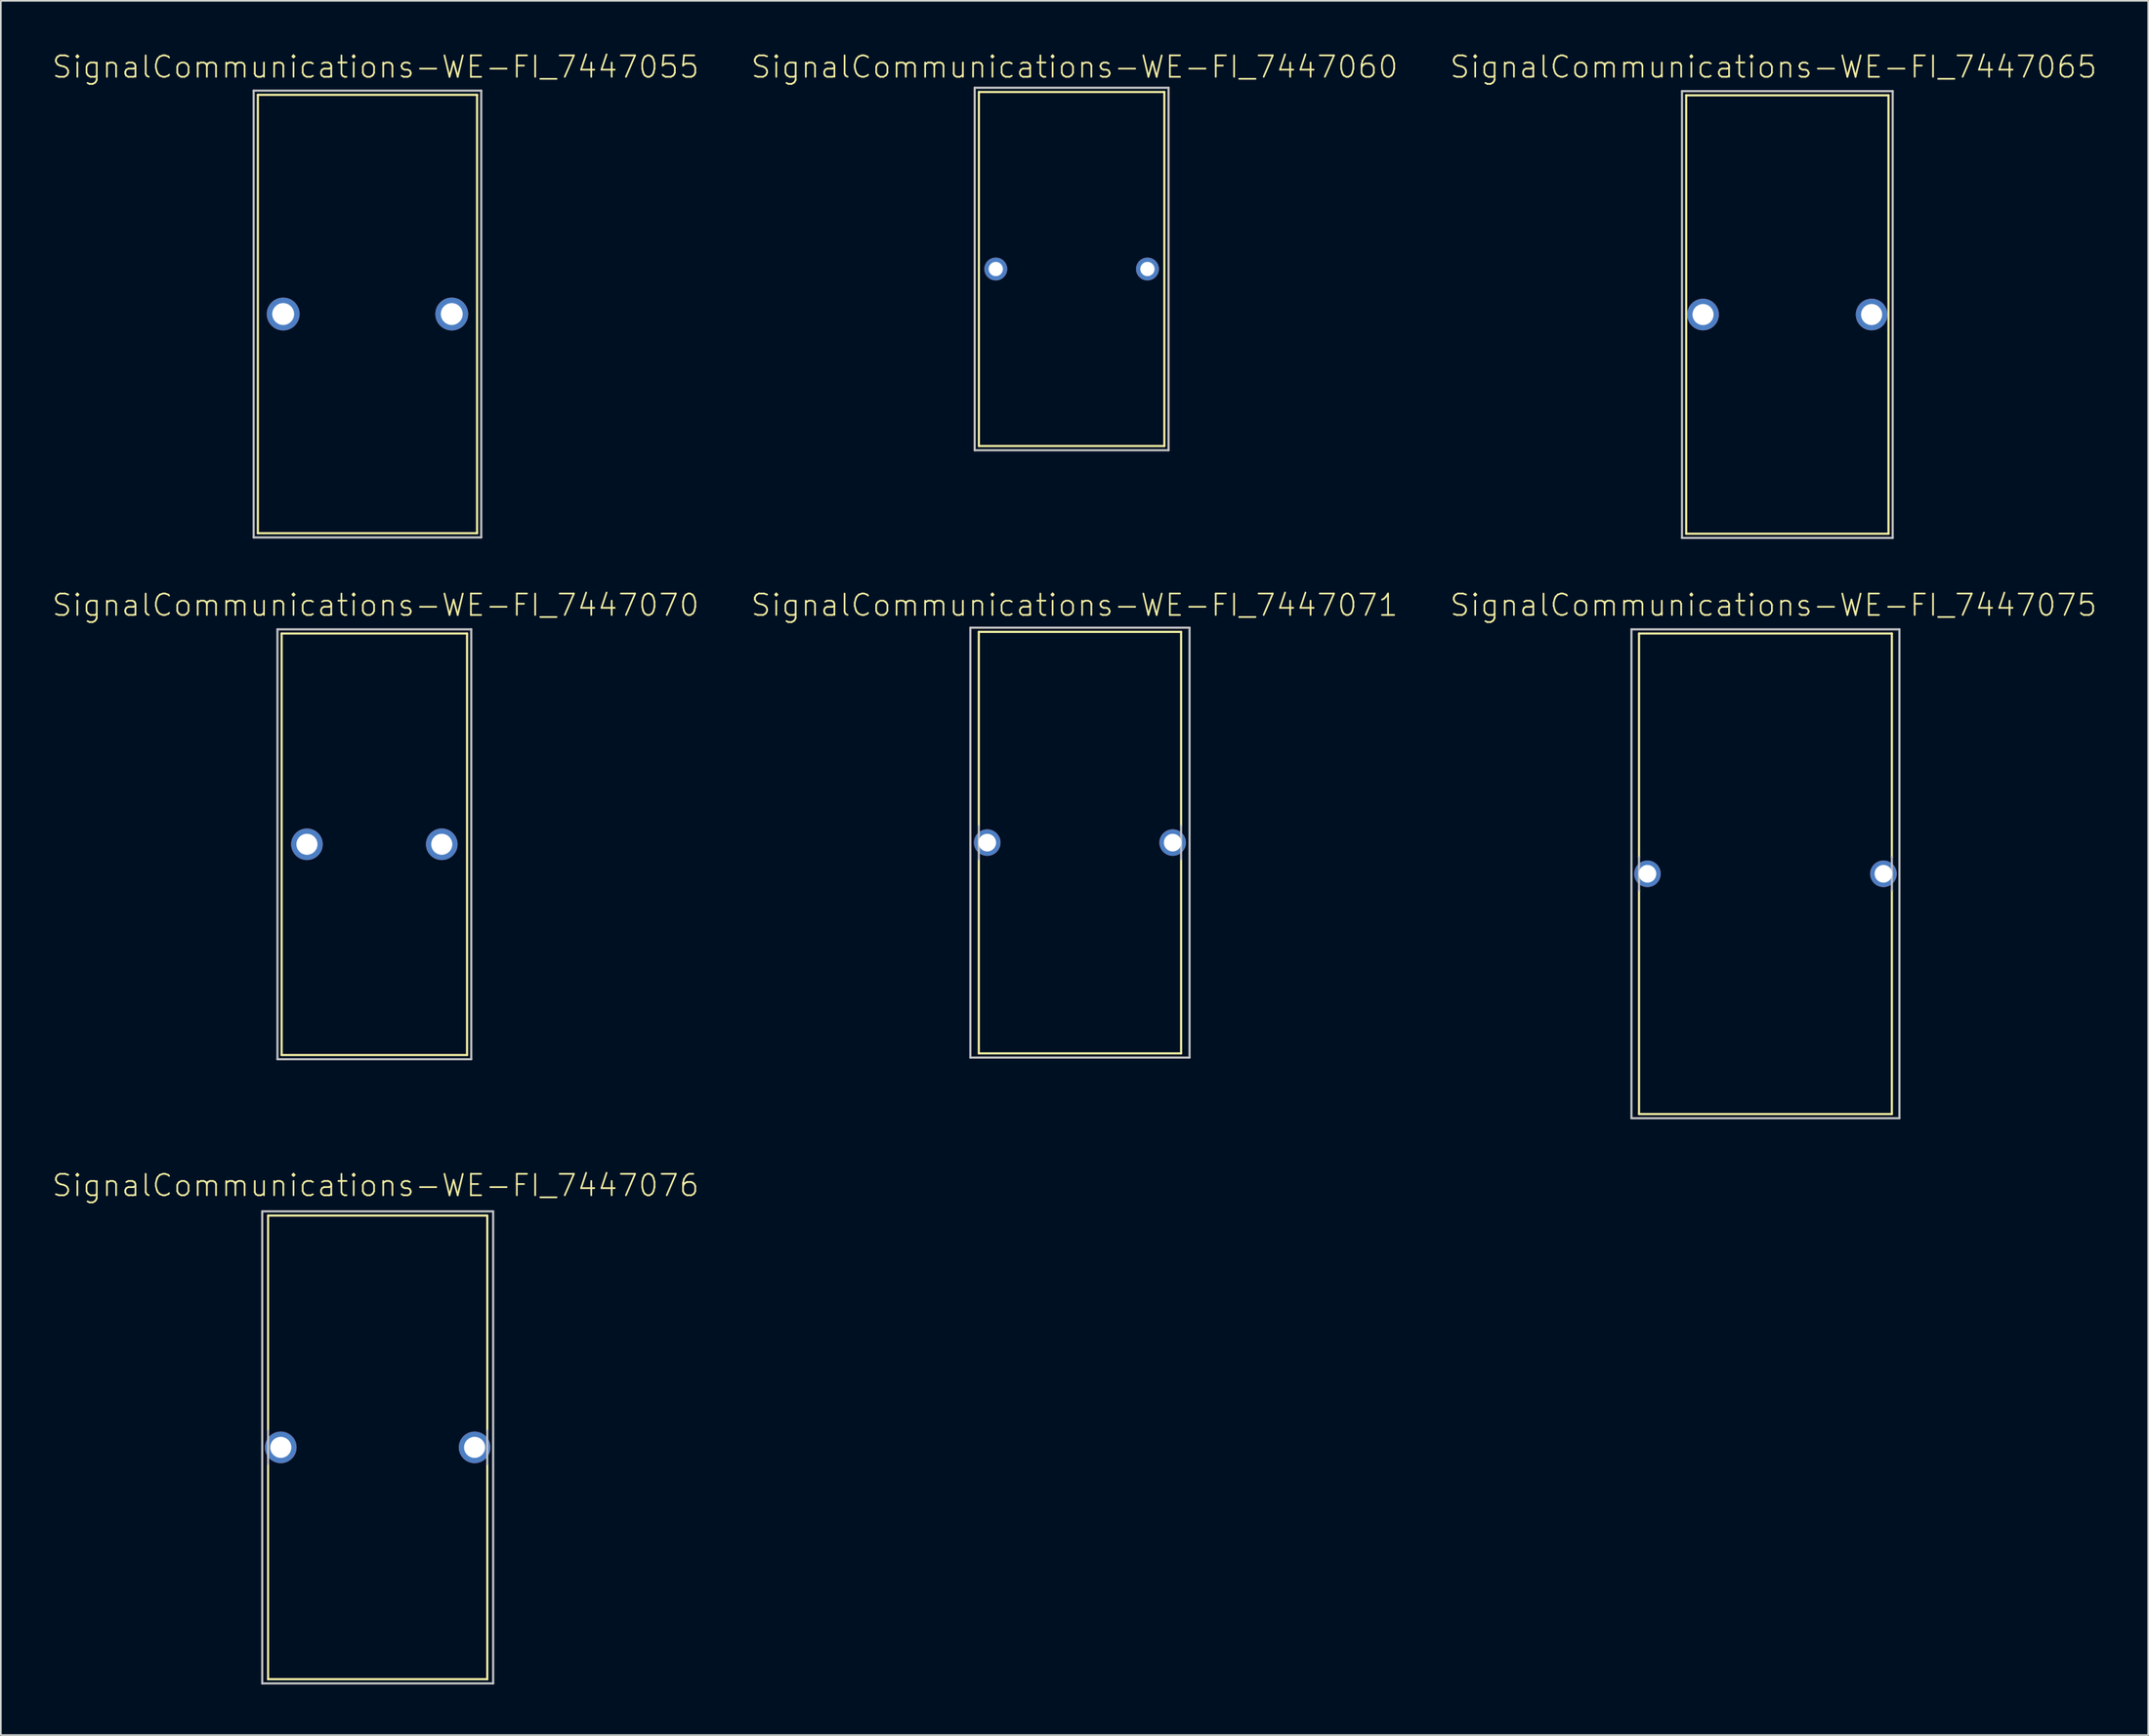
<source format=kicad_pcb>
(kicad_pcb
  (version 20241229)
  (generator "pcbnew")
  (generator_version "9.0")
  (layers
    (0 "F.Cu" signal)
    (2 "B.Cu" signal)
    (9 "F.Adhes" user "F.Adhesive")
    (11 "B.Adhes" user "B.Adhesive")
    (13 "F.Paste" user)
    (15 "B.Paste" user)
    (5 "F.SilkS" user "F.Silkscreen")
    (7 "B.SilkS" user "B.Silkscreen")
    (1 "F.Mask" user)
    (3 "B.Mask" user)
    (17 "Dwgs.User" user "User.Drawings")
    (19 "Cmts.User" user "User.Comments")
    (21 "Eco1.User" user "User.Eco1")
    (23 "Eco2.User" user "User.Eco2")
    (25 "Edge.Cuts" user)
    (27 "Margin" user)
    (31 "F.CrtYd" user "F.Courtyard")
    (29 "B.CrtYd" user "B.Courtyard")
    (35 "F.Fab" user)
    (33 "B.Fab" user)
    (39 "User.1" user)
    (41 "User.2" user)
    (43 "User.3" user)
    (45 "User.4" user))
  (footprint "SignalCommunications-WE-FI_7447071"
    (layer "F.Cu")
    (at 61.002 46.923)
    (property "Reference" "SignalCommunications-WE-FI_7447071" (at -0.323 -14.084 0) (layer "F.SilkS") (effects (font (size 1.27 1.27) (thickness 0.102))))
    (attr exclude_from_pos_files exclude_from_bom)
    (fp_line (start -5.999 -12.499) (end 5.999 -12.499) (stroke (width 0.127) (type solid)) (layer "F.SilkS"))
    (fp_line (start -5.999 -0.998) (end -5.999 -12.499) (stroke (width 0.127) (type solid)) (layer "F.SilkS"))
    (fp_line (start -5.999 0.998) (end -5.999 12.499) (stroke (width 0.127) (type solid)) (layer "F.SilkS"))
    (fp_line (start 5.999 -0.998) (end 5.999 -12.499) (stroke (width 0.127) (type solid)) (layer "F.SilkS"))
    (fp_line (start 5.999 0.998) (end 5.999 12.499) (stroke (width 0.127) (type solid)) (layer "F.SilkS"))
    (fp_line (start 5.999 12.499) (end -5.999 12.499) (stroke (width 0.127) (type solid)) (layer "F.SilkS"))
    (fp_line (start -6.5 -12.748) (end 6.5 -12.748) (stroke (width 0.127) (type solid)) (layer "Dwgs.User"))
    (fp_line (start -6.5 12.748) (end -6.5 -12.748) (stroke (width 0.127) (type solid)) (layer "Dwgs.User"))
    (fp_line (start -5.999 0.998) (end -5.999 -0.998) (stroke (width 0.127) (type solid)) (layer "Dwgs.User"))
    (fp_line (start 5.999 0.998) (end 5.999 -0.998) (stroke (width 0.127) (type solid)) (layer "Dwgs.User"))
    (fp_line (start 6.5 -12.748) (end 6.5 12.748) (stroke (width 0.127) (type solid)) (layer "Dwgs.User"))
    (fp_line (start 6.5 12.748) (end -6.5 12.748) (stroke (width 0.127) (type solid)) (layer "Dwgs.User"))
    (pad "1" thru_hole circle (at -5.499 0) (size 1.575 1.575) (drill 1.049) (layers "*.Cu" "*.Paste" "*.Mask"))
    (pad "2" thru_hole circle (at 5.499 0) (size 1.575 1.575) (drill 1.049) (layers "*.Cu" "*.Paste" "*.Mask")))
  (footprint "SignalCommunications-WE-FI_7447060"
    (layer "F.Cu")
    (at 60.507 12.905)
    (property "Reference" "SignalCommunications-WE-FI_7447060" (at 0.173 -11.984 0) (layer "F.SilkS") (effects (font (size 1.27 1.27) (thickness 0.102))))
    (attr exclude_from_pos_files exclude_from_bom)
    (fp_line (start -5.499 -10.498) (end 5.499 -10.498) (stroke (width 0.127) (type solid)) (layer "F.SilkS"))
    (fp_line (start -5.499 10.498) (end -5.499 -10.498) (stroke (width 0.127) (type solid)) (layer "F.SilkS"))
    (fp_line (start 5.499 -10.498) (end 5.499 10.498) (stroke (width 0.127) (type solid)) (layer "F.SilkS"))
    (fp_line (start 5.499 10.498) (end -5.499 10.498) (stroke (width 0.127) (type solid)) (layer "F.SilkS"))
    (fp_line (start -5.748 -10.749) (end 5.748 -10.749) (stroke (width 0.127) (type solid)) (layer "Dwgs.User"))
    (fp_line (start -5.748 10.749) (end -5.748 -10.749) (stroke (width 0.127) (type solid)) (layer "Dwgs.User"))
    (fp_line (start 5.748 -10.749) (end 5.748 10.749) (stroke (width 0.127) (type solid)) (layer "Dwgs.User"))
    (fp_line (start 5.748 10.749) (end -5.748 10.749) (stroke (width 0.127) (type solid)) (layer "Dwgs.User"))
    (pad "1" thru_hole circle (at -4.498 0) (size 1.356 1.356) (drill 0.848) (layers "*.Cu" "*.Paste" "*.Mask"))
    (pad "2" thru_hole circle (at 4.498 0) (size 1.356 1.356) (drill 0.848) (layers "*.Cu" "*.Paste" "*.Mask")))
  (footprint "SignalCommunications-WE-FI_7447065"
    (layer "F.Cu")
    (at 102.956 15.605)
    (property "Reference" "SignalCommunications-WE-FI_7447065" (at -0.823 -14.684 0) (layer "F.SilkS") (effects (font (size 1.27 1.27) (thickness 0.102))))
    (attr exclude_from_pos_files exclude_from_bom)
    (fp_line (start -5.999 -13) (end 5.999 -13) (stroke (width 0.127) (type solid)) (layer "F.SilkS"))
    (fp_line (start -5.999 13) (end -5.999 -13) (stroke (width 0.127) (type solid)) (layer "F.SilkS"))
    (fp_line (start 5.999 -13) (end 5.999 13) (stroke (width 0.127) (type solid)) (layer "F.SilkS"))
    (fp_line (start 5.999 13) (end -5.999 13) (stroke (width 0.127) (type solid)) (layer "F.SilkS"))
    (fp_line (start -6.248 -13.249) (end 6.248 -13.249) (stroke (width 0.127) (type solid)) (layer "Dwgs.User"))
    (fp_line (start -6.248 13.249) (end -6.248 -13.249) (stroke (width 0.127) (type solid)) (layer "Dwgs.User"))
    (fp_line (start 6.248 -13.249) (end 6.248 13.249) (stroke (width 0.127) (type solid)) (layer "Dwgs.User"))
    (fp_line (start 6.248 13.249) (end -6.248 13.249) (stroke (width 0.127) (type solid)) (layer "Dwgs.User"))
    (pad "1" thru_hole circle (at -4.999 0) (size 1.875 1.875) (drill 1.25) (layers "*.Cu" "*.Paste" "*.Mask"))
    (pad "2" thru_hole circle (at 4.999 0) (size 1.875 1.875) (drill 1.25) (layers "*.Cu" "*.Paste" "*.Mask")))
  (footprint "SignalCommunications-WE-FI_7447055"
    (layer "F.Cu")
    (at 18.744 15.575)
    (property "Reference" "SignalCommunications-WE-FI_7447055" (at 0.483 -14.653 0) (layer "F.SilkS") (effects (font (size 1.27 1.27) (thickness 0.102))))
    (attr exclude_from_pos_files exclude_from_bom)
    (fp_line (start -6.5 -13) (end 6.5 -13) (stroke (width 0.127) (type solid)) (layer "F.SilkS"))
    (fp_line (start -6.5 13) (end -6.5 -13) (stroke (width 0.127) (type solid)) (layer "F.SilkS"))
    (fp_line (start 6.5 -13) (end 6.5 13) (stroke (width 0.127) (type solid)) (layer "F.SilkS"))
    (fp_line (start 6.5 13) (end -6.5 13) (stroke (width 0.127) (type solid)) (layer "F.SilkS"))
    (fp_line (start -6.749 -13.249) (end 6.749 -13.249) (stroke (width 0.127) (type solid)) (layer "Dwgs.User"))
    (fp_line (start -6.749 13.249) (end -6.749 -13.249) (stroke (width 0.127) (type solid)) (layer "Dwgs.User"))
    (fp_line (start 6.749 -13.249) (end 6.749 13.249) (stroke (width 0.127) (type solid)) (layer "Dwgs.User"))
    (fp_line (start 6.749 13.249) (end -6.749 13.249) (stroke (width 0.127) (type solid)) (layer "Dwgs.User"))
    (pad "1" thru_hole circle (at -4.999 0) (size 1.948 1.948) (drill 1.298) (layers "*.Cu" "*.Paste" "*.Mask"))
    (pad "2" thru_hole circle (at 4.999 0) (size 1.948 1.948) (drill 1.298) (layers "*.Cu" "*.Paste" "*.Mask")))
  (footprint "SignalCommunications-WE-FI_7447070"
    (layer "F.Cu")
    (at 19.153 47.022)
    (property "Reference" "SignalCommunications-WE-FI_7447070" (at 0.074 -14.183 0) (layer "F.SilkS") (effects (font (size 1.27 1.27) (thickness 0.102))))
    (attr exclude_from_pos_files exclude_from_bom)
    (fp_line (start -5.499 -12.499) (end 5.499 -12.499) (stroke (width 0.127) (type solid)) (layer "F.SilkS"))
    (fp_line (start -5.499 12.499) (end -5.499 -12.499) (stroke (width 0.127) (type solid)) (layer "F.SilkS"))
    (fp_line (start 5.499 -12.499) (end 5.499 12.499) (stroke (width 0.127) (type solid)) (layer "F.SilkS"))
    (fp_line (start 5.499 12.499) (end -5.499 12.499) (stroke (width 0.127) (type solid)) (layer "F.SilkS"))
    (fp_line (start -5.748 -12.748) (end 5.748 -12.748) (stroke (width 0.127) (type solid)) (layer "Dwgs.User"))
    (fp_line (start -5.748 12.748) (end -5.748 -12.748) (stroke (width 0.127) (type solid)) (layer "Dwgs.User"))
    (fp_line (start 5.748 -12.748) (end 5.748 12.748) (stroke (width 0.127) (type solid)) (layer "Dwgs.User"))
    (fp_line (start 5.748 12.748) (end -5.748 12.748) (stroke (width 0.127) (type solid)) (layer "Dwgs.User"))
    (pad "1" thru_hole circle (at -3.998 0) (size 1.875 1.875) (drill 1.25) (layers "*.Cu" "*.Paste" "*.Mask"))
    (pad "2" thru_hole circle (at 3.998 0) (size 1.875 1.875) (drill 1.25) (layers "*.Cu" "*.Paste" "*.Mask")))
  (footprint "SignalCommunications-WE-FI_7447076"
    (layer "F.Cu")
    (at 19.351 82.79)
    (property "Reference" "SignalCommunications-WE-FI_7447076" (at -0.124 -15.535 0) (layer "F.SilkS") (effects (font (size 1.27 1.27) (thickness 0.102))))
    (attr exclude_from_pos_files exclude_from_bom)
    (fp_line (start -6.5 -13.749) (end 6.5 -13.749) (stroke (width 0.127) (type solid)) (layer "F.SilkS"))
    (fp_line (start -6.5 -0.998) (end -6.5 -13.749) (stroke (width 0.127) (type solid)) (layer "F.SilkS"))
    (fp_line (start -6.5 0.998) (end -6.5 13.749) (stroke (width 0.127) (type solid)) (layer "F.SilkS"))
    (fp_line (start 6.5 -0.998) (end 6.5 -13.749) (stroke (width 0.127) (type solid)) (layer "F.SilkS"))
    (fp_line (start 6.5 0.998) (end 6.5 13.749) (stroke (width 0.127) (type solid)) (layer "F.SilkS"))
    (fp_line (start 6.5 13.749) (end -6.5 13.749) (stroke (width 0.127) (type solid)) (layer "F.SilkS"))
    (fp_line (start -6.848 -13.998) (end 6.848 -13.998) (stroke (width 0.127) (type solid)) (layer "Dwgs.User"))
    (fp_line (start -6.848 13.998) (end -6.848 -13.998) (stroke (width 0.127) (type solid)) (layer "Dwgs.User"))
    (fp_line (start -6.5 0.998) (end -6.5 -0.998) (stroke (width 0.127) (type solid)) (layer "Dwgs.User"))
    (fp_line (start 6.5 0.998) (end 6.5 -0.998) (stroke (width 0.127) (type solid)) (layer "Dwgs.User"))
    (fp_line (start 6.848 -13.998) (end 6.848 13.998) (stroke (width 0.127) (type solid)) (layer "Dwgs.User"))
    (fp_line (start 6.848 13.998) (end -6.848 13.998) (stroke (width 0.127) (type solid)) (layer "Dwgs.User"))
    (pad "1" thru_hole circle (at -5.748 0) (size 1.875 1.875) (drill 1.25) (layers "*.Cu" "*.Paste" "*.Mask"))
    (pad "2" thru_hole circle (at 5.748 0) (size 1.875 1.875) (drill 1.25) (layers "*.Cu" "*.Paste" "*.Mask")))
  (footprint "SignalCommunications-WE-FI_7447075"
    (layer "F.Cu")
    (at 101.658 48.772)
    (property "Reference" "SignalCommunications-WE-FI_7447075" (at 0.475 -15.933 0) (layer "F.SilkS") (effects (font (size 1.27 1.27) (thickness 0.102))))
    (attr exclude_from_pos_files exclude_from_bom)
    (fp_line (start -7.498 -14.249) (end 7.498 -14.249) (stroke (width 0.127) (type solid)) (layer "F.SilkS"))
    (fp_line (start -7.498 -0.998) (end -7.498 -14.249) (stroke (width 0.127) (type solid)) (layer "F.SilkS"))
    (fp_line (start -7.498 0.998) (end -7.498 14.249) (stroke (width 0.127) (type solid)) (layer "F.SilkS"))
    (fp_line (start 7.498 -0.998) (end 7.498 -14.249) (stroke (width 0.127) (type solid)) (layer "F.SilkS"))
    (fp_line (start 7.498 0.998) (end 7.498 14.249) (stroke (width 0.127) (type solid)) (layer "F.SilkS"))
    (fp_line (start 7.498 14.249) (end -7.498 14.249) (stroke (width 0.127) (type solid)) (layer "F.SilkS"))
    (fp_line (start -7.948 -14.498) (end 7.948 -14.498) (stroke (width 0.127) (type solid)) (layer "Dwgs.User"))
    (fp_line (start -7.948 14.498) (end -7.948 -14.498) (stroke (width 0.127) (type solid)) (layer "Dwgs.User"))
    (fp_line (start -7.498 0.998) (end -7.498 -0.998) (stroke (width 0.127) (type solid)) (layer "Dwgs.User"))
    (fp_line (start 7.498 0.998) (end 7.498 -0.998) (stroke (width 0.127) (type solid)) (layer "Dwgs.User"))
    (fp_line (start 7.948 -14.498) (end 7.948 14.498) (stroke (width 0.127) (type solid)) (layer "Dwgs.User"))
    (fp_line (start 7.948 14.498) (end -7.948 14.498) (stroke (width 0.127) (type solid)) (layer "Dwgs.User"))
    (pad "1" thru_hole circle (at -6.998 0) (size 1.575 1.575) (drill 1.049) (layers "*.Cu" "*.Paste" "*.Mask"))
    (pad "2" thru_hole circle (at 6.998 0) (size 1.575 1.575) (drill 1.049) (layers "*.Cu" "*.Paste" "*.Mask")))
  (gr_rect
    (start -3 -3)
    (end 124.36 99.851)
    (stroke (width 0.1) (type default))
    (fill no)
    (layer "Edge.Cuts")))
</source>
